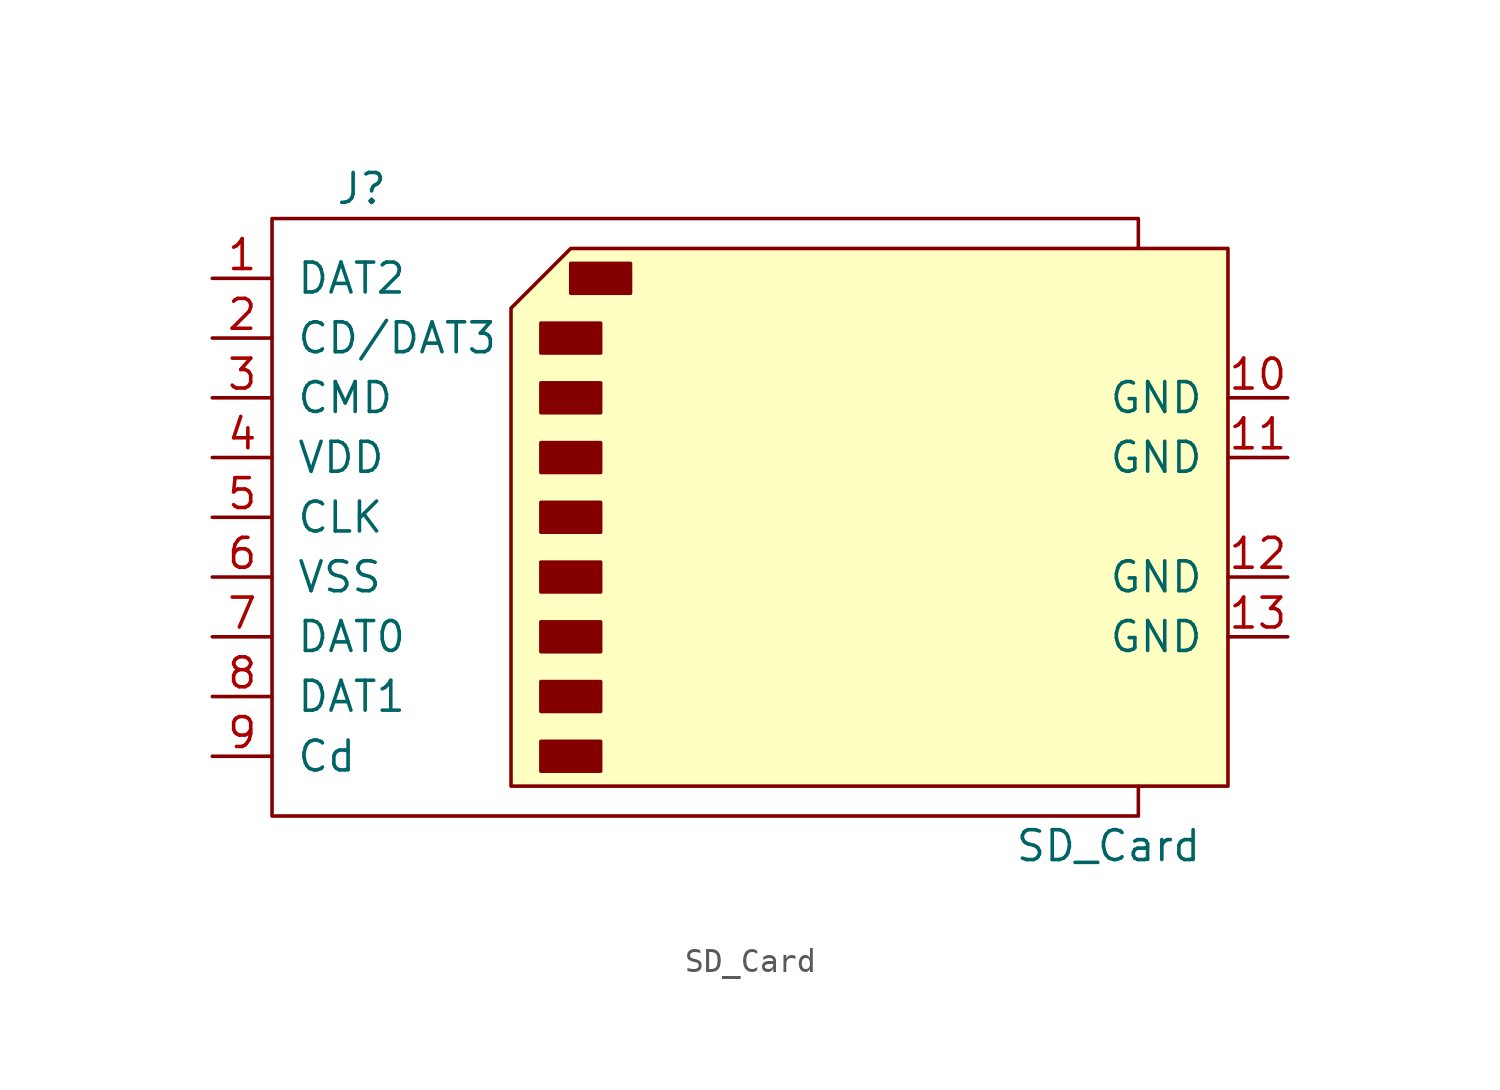
<source format=kicad_sym>
(kicad_symbol_lib
  (version 20211014)
  (generator kicad_symbol_editor)
  (symbol "SD_Card"
    (pin_names
      (offset 1.016))
    (property "Reference" "J"
      (at -16.51 13.97 0)
      (effects (font (size 1.27 1.27))))
    (property "Value" "SD_Card"
      (at 15.24 -13.97 0)
      (effects (font (size 1.27 1.27))))
    (symbol "SD_Card_0_1"
      (rectangle (start -8.89 -9.525) (end -6.35 -10.795) (stroke (width 0) (type default) (color 0 0 0 0)) (fill (type outline)))
      (rectangle (start -8.89 -6.985) (end -6.35 -8.255) (stroke (width 0) (type default) (color 0 0 0 0)) (fill (type outline)))
      (rectangle (start -8.89 -4.445) (end -6.35 -5.715) (stroke (width 0) (type default) (color 0 0 0 0)) (fill (type outline)))
      (rectangle (start -8.89 -1.905) (end -6.35 -3.175) (stroke (width 0) (type default) (color 0 0 0 0)) (fill (type outline)))
      (rectangle (start -8.89 0.635) (end -6.35 -0.635) (stroke (width 0) (type default) (color 0 0 0 0)) (fill (type outline)))
      (rectangle (start -8.89 3.175) (end -6.35 1.905) (stroke (width 0) (type default) (color 0 0 0 0)) (fill (type outline)))
      (rectangle (start -8.89 5.715) (end -6.35 4.445) (stroke (width 0) (type default) (color 0 0 0 0)) (fill (type outline)))
      (rectangle (start -8.89 8.255) (end -6.35 6.985) (stroke (width 0) (type default) (color 0 0 0 0)) (fill (type outline)))
      (rectangle (start -7.62 10.795) (end -5.08 9.525) (stroke (width 0) (type default) (color 0 0 0 0)) (fill (type outline)))
      (polyline (pts (xy -10.16 8.89) (xy -7.62 11.43) (xy 20.32 11.43) (xy 20.32 -11.43) (xy -10.16 -11.43) (xy -10.16 8.89)) (stroke (width 0) (type default) (color 0 0 0 0)) (fill (type background)))
      (polyline (pts (xy 16.51 11.43) (xy 16.51 12.7) (xy -20.32 12.7) (xy -20.32 -12.7) (xy 16.51 -12.7) (xy 16.51 -11.43)) (stroke (width 0) (type default) (color 0 0 0 0)) (fill (type none))))
    (symbol "SD_Card_1_1"
      (pin input line (at -22.86 10.16 0) (length 2.54) (name "DAT2" (effects (font (size 1.27 1.27)))) (number "1" (effects (font (size 1.27 1.27)))))
      (pin input line (at 22.86 5.08 180) (length 2.54) (name "GND" (effects (font (size 1.27 1.27)))) (number "10" (effects (font (size 1.27 1.27)))))
      (pin input line (at 22.86 2.54 180) (length 2.54) (name "GND" (effects (font (size 1.27 1.27)))) (number "11" (effects (font (size 1.27 1.27)))))
      (pin input line (at 22.86 -2.54 180) (length 2.54) (name "GND" (effects (font (size 1.27 1.27)))) (number "12" (effects (font (size 1.27 1.27)))))
      (pin input line (at 22.86 -5.08 180) (length 2.54) (name "GND" (effects (font (size 1.27 1.27)))) (number "13" (effects (font (size 1.27 1.27)))))
      (pin input line (at -22.86 7.62 0) (length 2.54) (name "CD/DAT3" (effects (font (size 1.27 1.27)))) (number "2" (effects (font (size 1.27 1.27)))))
      (pin input line (at -22.86 5.08 0) (length 2.54) (name "CMD" (effects (font (size 1.27 1.27)))) (number "3" (effects (font (size 1.27 1.27)))))
      (pin power_in line (at -22.86 2.54 0) (length 2.54) (name "VDD" (effects (font (size 1.27 1.27)))) (number "4" (effects (font (size 1.27 1.27)))))
      (pin power_in line (at -22.86 0 0) (length 2.54) (name "CLK" (effects (font (size 1.27 1.27)))) (number "5" (effects (font (size 1.27 1.27)))))
      (pin input line (at -22.86 -2.54 0) (length 2.54) (name "VSS" (effects (font (size 1.27 1.27)))) (number "6" (effects (font (size 1.27 1.27)))))
      (pin power_in line (at -22.86 -5.08 0) (length 2.54) (name "DAT0" (effects (font (size 1.27 1.27)))) (number "7" (effects (font (size 1.27 1.27)))))
      (pin input line (at -22.86 -7.62 0) (length 2.54) (name "DAT1" (effects (font (size 1.27 1.27)))) (number "8" (effects (font (size 1.27 1.27)))))
      (pin input line (at -22.86 -10.16 0) (length 2.54) (name "Cd" (effects (font (size 1.27 1.27)))) (number "9" (effects (font (size 1.27 1.27))))))))
</source>
